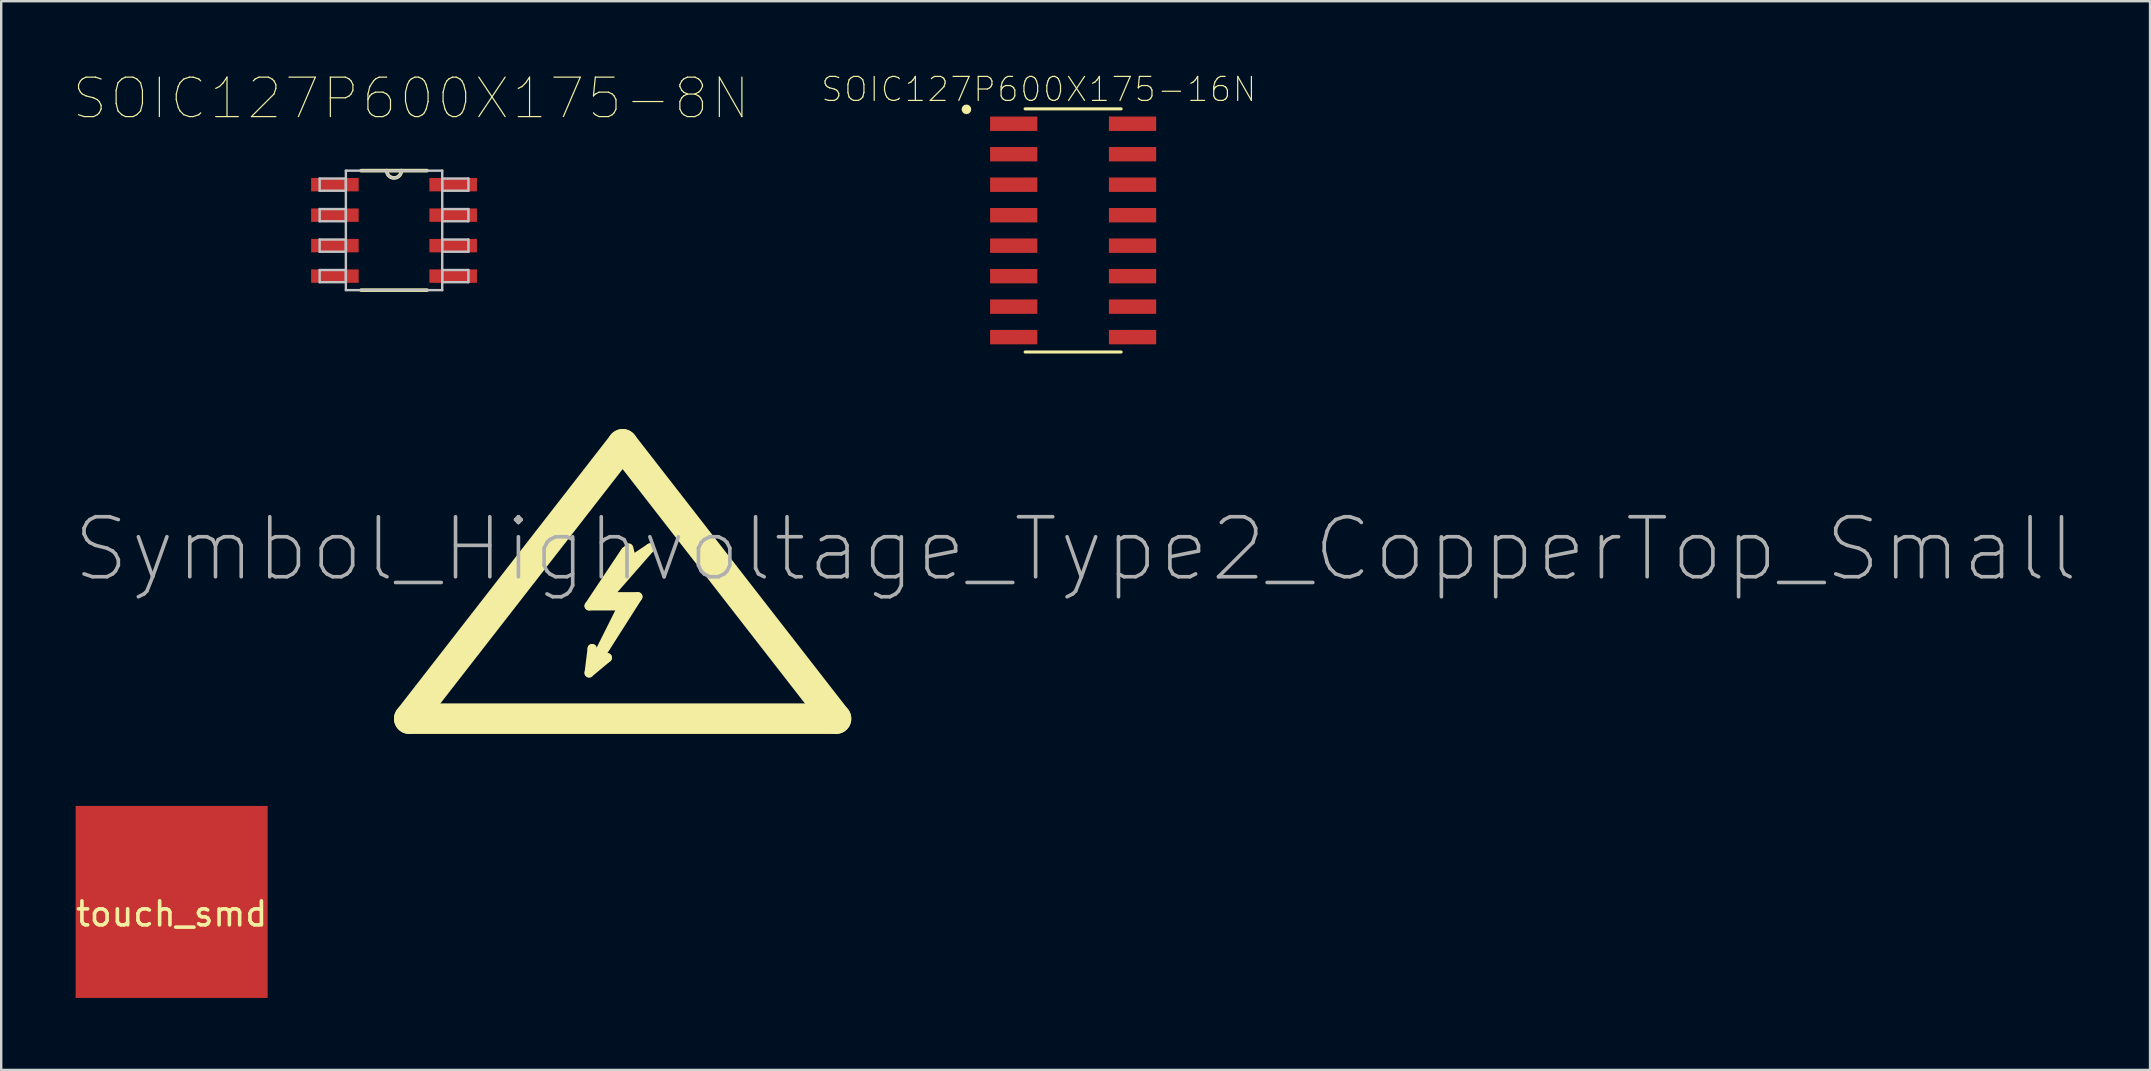
<source format=kicad_pcb>
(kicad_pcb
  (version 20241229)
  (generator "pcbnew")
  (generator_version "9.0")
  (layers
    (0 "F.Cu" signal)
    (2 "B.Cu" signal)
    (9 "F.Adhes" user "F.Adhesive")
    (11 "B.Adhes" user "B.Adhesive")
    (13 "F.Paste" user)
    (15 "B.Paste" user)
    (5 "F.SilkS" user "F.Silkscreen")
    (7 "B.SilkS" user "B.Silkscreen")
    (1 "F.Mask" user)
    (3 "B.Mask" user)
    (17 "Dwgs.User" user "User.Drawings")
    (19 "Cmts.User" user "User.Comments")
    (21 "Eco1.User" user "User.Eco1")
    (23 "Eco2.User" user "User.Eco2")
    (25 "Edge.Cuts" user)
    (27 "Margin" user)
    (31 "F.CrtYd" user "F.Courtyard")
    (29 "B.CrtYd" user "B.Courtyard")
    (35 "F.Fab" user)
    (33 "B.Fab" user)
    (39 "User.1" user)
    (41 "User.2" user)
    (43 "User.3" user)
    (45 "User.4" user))
  (footprint "touch_smd"
    (layer "F.Cu")
    (at 4.101 34.525)
    (property "Reference" "touch_smd" (at 0 0.5 0) (layer "F.SilkS") (effects (font (size 1 1) (thickness 0.15))))
    (attr through_hole)
    (pad "1" smd rect (at 0 0) (size 8 8) (layers "F.Cu" "F.Mask" "F.Paste")))
  (footprint "SOIC127P600X175-8N"
    (layer "F.Cu")
    (at 13.366 6.548)
    (property "Reference" "SOIC127P600X175-8N" (at 0.713 -5.499 0) (layer "F.SilkS") (effects (font (size 1.644 1.644) (thickness 0.05))))
    (attr smd)
    (fp_line (start -1.372 2.489) (end 1.372 2.489) (stroke (width 0.152) (type solid)) (layer "F.SilkS"))
    (fp_line (start -0.305 -2.489) (end -1.372 -2.489) (stroke (width 0.152) (type solid)) (layer "F.SilkS"))
    (fp_line (start 0.305 -2.489) (end -0.305 -2.489) (stroke (width 0.152) (type solid)) (layer "F.SilkS"))
    (fp_line (start 1.372 -2.489) (end 0.305 -2.489) (stroke (width 0.152) (type solid)) (layer "F.SilkS"))
    (fp_arc (start 0.3048 -2.4892) (mid 0 -2.1844) (end -0.3048 -2.4892) (stroke (width 0.1524) (type solid)) (layer "F.SilkS"))
    (fp_line (start -3.099 -2.159) (end -3.099 -1.651) (stroke (width 0.1) (type solid)) (layer "Dwgs.User"))
    (fp_line (start -3.099 -1.651) (end -2.007 -1.651) (stroke (width 0.1) (type solid)) (layer "Dwgs.User"))
    (fp_line (start -3.099 -0.889) (end -3.099 -0.381) (stroke (width 0.1) (type solid)) (layer "Dwgs.User"))
    (fp_line (start -3.099 -0.381) (end -2.007 -0.381) (stroke (width 0.1) (type solid)) (layer "Dwgs.User"))
    (fp_line (start -3.099 0.381) (end -3.099 0.889) (stroke (width 0.1) (type solid)) (layer "Dwgs.User"))
    (fp_line (start -3.099 0.889) (end -2.007 0.889) (stroke (width 0.1) (type solid)) (layer "Dwgs.User"))
    (fp_line (start -3.099 1.651) (end -3.099 2.159) (stroke (width 0.1) (type solid)) (layer "Dwgs.User"))
    (fp_line (start -3.099 2.159) (end -2.007 2.159) (stroke (width 0.1) (type solid)) (layer "Dwgs.User"))
    (fp_line (start -2.007 -2.489) (end -2.007 2.489) (stroke (width 0.1) (type solid)) (layer "Dwgs.User"))
    (fp_line (start -2.007 -2.159) (end -3.099 -2.159) (stroke (width 0.1) (type solid)) (layer "Dwgs.User"))
    (fp_line (start -2.007 -1.651) (end -2.007 -2.159) (stroke (width 0.1) (type solid)) (layer "Dwgs.User"))
    (fp_line (start -2.007 -0.889) (end -3.099 -0.889) (stroke (width 0.1) (type solid)) (layer "Dwgs.User"))
    (fp_line (start -2.007 -0.381) (end -2.007 -0.889) (stroke (width 0.1) (type solid)) (layer "Dwgs.User"))
    (fp_line (start -2.007 0.381) (end -3.099 0.381) (stroke (width 0.1) (type solid)) (layer "Dwgs.User"))
    (fp_line (start -2.007 0.889) (end -2.007 0.381) (stroke (width 0.1) (type solid)) (layer "Dwgs.User"))
    (fp_line (start -2.007 1.651) (end -3.099 1.651) (stroke (width 0.1) (type solid)) (layer "Dwgs.User"))
    (fp_line (start -2.007 2.159) (end -2.007 1.651) (stroke (width 0.1) (type solid)) (layer "Dwgs.User"))
    (fp_line (start -2.007 2.489) (end 2.007 2.489) (stroke (width 0.1) (type solid)) (layer "Dwgs.User"))
    (fp_line (start -0.305 -2.489) (end -2.007 -2.489) (stroke (width 0.1) (type solid)) (layer "Dwgs.User"))
    (fp_line (start 0.305 -2.489) (end -0.305 -2.489) (stroke (width 0.1) (type solid)) (layer "Dwgs.User"))
    (fp_line (start 2.007 -2.489) (end 0.305 -2.489) (stroke (width 0.1) (type solid)) (layer "Dwgs.User"))
    (fp_line (start 2.007 -2.159) (end 2.007 -1.651) (stroke (width 0.1) (type solid)) (layer "Dwgs.User"))
    (fp_line (start 2.007 -1.651) (end 3.099 -1.651) (stroke (width 0.1) (type solid)) (layer "Dwgs.User"))
    (fp_line (start 2.007 -0.889) (end 2.007 -0.381) (stroke (width 0.1) (type solid)) (layer "Dwgs.User"))
    (fp_line (start 2.007 -0.381) (end 3.099 -0.381) (stroke (width 0.1) (type solid)) (layer "Dwgs.User"))
    (fp_line (start 2.007 0.381) (end 2.007 0.889) (stroke (width 0.1) (type solid)) (layer "Dwgs.User"))
    (fp_line (start 2.007 0.889) (end 3.099 0.889) (stroke (width 0.1) (type solid)) (layer "Dwgs.User"))
    (fp_line (start 2.007 1.651) (end 2.007 2.159) (stroke (width 0.1) (type solid)) (layer "Dwgs.User"))
    (fp_line (start 2.007 2.159) (end 3.099 2.159) (stroke (width 0.1) (type solid)) (layer "Dwgs.User"))
    (fp_line (start 2.007 2.489) (end 2.007 -2.489) (stroke (width 0.1) (type solid)) (layer "Dwgs.User"))
    (fp_line (start 3.099 -2.159) (end 2.007 -2.159) (stroke (width 0.1) (type solid)) (layer "Dwgs.User"))
    (fp_line (start 3.099 -1.651) (end 3.099 -2.159) (stroke (width 0.1) (type solid)) (layer "Dwgs.User"))
    (fp_line (start 3.099 -0.889) (end 2.007 -0.889) (stroke (width 0.1) (type solid)) (layer "Dwgs.User"))
    (fp_line (start 3.099 -0.381) (end 3.099 -0.889) (stroke (width 0.1) (type solid)) (layer "Dwgs.User"))
    (fp_line (start 3.099 0.381) (end 2.007 0.381) (stroke (width 0.1) (type solid)) (layer "Dwgs.User"))
    (fp_line (start 3.099 0.889) (end 3.099 0.381) (stroke (width 0.1) (type solid)) (layer "Dwgs.User"))
    (fp_line (start 3.099 1.651) (end 2.007 1.651) (stroke (width 0.1) (type solid)) (layer "Dwgs.User"))
    (fp_line (start 3.099 2.159) (end 3.099 1.651) (stroke (width 0.1) (type solid)) (layer "Dwgs.User"))
    (fp_arc (start 0.3048 -2.4892) (mid 0 -2.1844) (end -0.3048 -2.4892) (stroke (width 0.1) (type solid)) (layer "Dwgs.User"))
    (pad "1" smd rect (at -2.464 -1.905) (size 1.981 0.559) (layers "F.Cu" "F.Mask" "F.Paste"))
    (pad "2" smd rect (at -2.464 -0.635) (size 1.981 0.559) (layers "F.Cu" "F.Mask" "F.Paste"))
    (pad "3" smd rect (at -2.464 0.635) (size 1.981 0.559) (layers "F.Cu" "F.Mask" "F.Paste"))
    (pad "4" smd rect (at -2.464 1.905) (size 1.981 0.559) (layers "F.Cu" "F.Mask" "F.Paste"))
    (pad "5" smd rect (at 2.464 1.905) (size 1.981 0.559) (layers "F.Cu" "F.Mask" "F.Paste"))
    (pad "6" smd rect (at 2.464 0.635) (size 1.981 0.559) (layers "F.Cu" "F.Mask" "F.Paste"))
    (pad "7" smd rect (at 2.464 -0.635) (size 1.981 0.559) (layers "F.Cu" "F.Mask" "F.Paste"))
    (pad "8" smd rect (at 2.464 -1.905) (size 1.981 0.559) (layers "F.Cu" "F.Mask" "F.Paste")))
  (footprint "Symbol_Highvoltage_Type2_CopperTop_Small"
    (layer "F.Cu")
    (at 22.889 23.08)
    (property "Reference" "Symbol_Highvoltage_Type2_CopperTop_Small" (at 18.872 -3.251 180) (layer "F.Fab") (effects (font (size 2.5 2.5) (thickness 0.15))))
    (attr smd)
    (fp_line (start -8.89 3.81) (end 0 -7.62) (stroke (width 1.27) (type solid)) (layer "F.SilkS"))
    (fp_line (start -1.397 -0.889) (end 0 -0.889) (stroke (width 0.381) (type solid)) (layer "F.SilkS"))
    (fp_line (start -1.397 1.905) (end -0.635 1.27) (stroke (width 0.381) (type solid)) (layer "F.SilkS"))
    (fp_line (start -1.27 0.889) (end -1.397 1.905) (stroke (width 0.381) (type solid)) (layer "F.SilkS"))
    (fp_line (start -1.143 1.397) (end -1.27 0.889) (stroke (width 0.381) (type solid)) (layer "F.SilkS"))
    (fp_line (start -1.143 1.524) (end 0.635 -1.27) (stroke (width 0.381) (type solid)) (layer "F.SilkS"))
    (fp_line (start -1.016 -1.016) (end 0.254 -1.016) (stroke (width 0.381) (type solid)) (layer "F.SilkS"))
    (fp_line (start -0.635 -1.27) (end 1.143 -3.302) (stroke (width 0.381) (type solid)) (layer "F.SilkS"))
    (fp_line (start -0.635 1.27) (end -1.143 1.524) (stroke (width 0.381) (type solid)) (layer "F.SilkS"))
    (fp_line (start 0 -7.62) (end 8.89 3.81) (stroke (width 1.27) (type solid)) (layer "F.SilkS"))
    (fp_line (start 0 -0.889) (end -1.143 1.397) (stroke (width 0.381) (type solid)) (layer "F.SilkS"))
    (fp_line (start 0.127 -3.175) (end -1.397 -0.889) (stroke (width 0.381) (type solid)) (layer "F.SilkS"))
    (fp_line (start 0.381 -2.921) (end -1.016 -1.016) (stroke (width 0.381) (type solid)) (layer "F.SilkS"))
    (fp_line (start 0.381 -2.794) (end 0.254 -3.302) (stroke (width 0.381) (type solid)) (layer "F.SilkS"))
    (fp_line (start 0.635 -1.27) (end -0.635 -1.27) (stroke (width 0.381) (type solid)) (layer "F.SilkS"))
    (fp_line (start 1.143 -3.302) (end 0.381 -2.794) (stroke (width 0.381) (type solid)) (layer "F.SilkS"))
    (fp_line (start 8.89 3.81) (end -8.89 3.81) (stroke (width 1.27) (type solid)) (layer "F.SilkS")))
  (footprint "SOIC127P600X175-16N"
    (layer "F.Cu")
    (at 41.657 6.55)
    (property "Reference" "SOIC127P600X175-16N" (at -1.43 -5.877 0) (layer "F.SilkS") (effects (font (size 1 1) (thickness 0.05))))
    (attr smd)
    (fp_line (start -2 -5.065) (end 2 -5.065) (stroke (width 0.127) (type solid)) (layer "F.SilkS"))
    (fp_line (start -2 5.065) (end 2 5.065) (stroke (width 0.127) (type solid)) (layer "F.SilkS"))
    (fp_circle (center -4.445 -5.045) (end -4.345 -5.045) (stroke (width 0.2) (type solid)) (fill no) (layer "F.SilkS"))
    (fp_line (start -3.71 -5.25) (end -3.71 5.25) (stroke (width 0.05) (type solid)) (layer "Eco1.User"))
    (fp_line (start -3.71 -5.25) (end 3.71 -5.25) (stroke (width 0.05) (type solid)) (layer "Eco1.User"))
    (fp_line (start -3.71 5.25) (end 3.71 5.25) (stroke (width 0.05) (type solid)) (layer "Eco1.User"))
    (fp_line (start 3.71 -5.25) (end 3.71 5.25) (stroke (width 0.05) (type solid)) (layer "Eco1.User"))
    (fp_line (start -2 -5) (end -2 5) (stroke (width 0.127) (type solid)) (layer "Eco2.User"))
    (fp_line (start -2 -5) (end 2 -5) (stroke (width 0.127) (type solid)) (layer "Eco2.User"))
    (fp_line (start -2 5) (end 2 5) (stroke (width 0.127) (type solid)) (layer "Eco2.User"))
    (fp_line (start 2 -5) (end 2 5) (stroke (width 0.127) (type solid)) (layer "Eco2.User"))
    (fp_circle (center -4.445 -5.045) (end -4.345 -5.045) (stroke (width 0.2) (type solid)) (fill no) (layer "Eco2.User"))
    (pad "1" smd rect (at -2.475 -4.445) (size 1.97 0.6) (layers "F.Cu" "F.Mask" "F.Paste"))
    (pad "2" smd rect (at -2.475 -3.175) (size 1.97 0.6) (layers "F.Cu" "F.Mask" "F.Paste"))
    (pad "3" smd rect (at -2.475 -1.905) (size 1.97 0.6) (layers "F.Cu" "F.Mask" "F.Paste"))
    (pad "4" smd rect (at -2.475 -0.635) (size 1.97 0.6) (layers "F.Cu" "F.Mask" "F.Paste"))
    (pad "5" smd rect (at -2.475 0.635) (size 1.97 0.6) (layers "F.Cu" "F.Mask" "F.Paste"))
    (pad "6" smd rect (at -2.475 1.905) (size 1.97 0.6) (layers "F.Cu" "F.Mask" "F.Paste"))
    (pad "7" smd rect (at -2.475 3.175) (size 1.97 0.6) (layers "F.Cu" "F.Mask" "F.Paste"))
    (pad "8" smd rect (at -2.475 4.445) (size 1.97 0.6) (layers "F.Cu" "F.Mask" "F.Paste"))
    (pad "9" smd rect (at 2.475 4.445) (size 1.97 0.6) (layers "F.Cu" "F.Mask" "F.Paste"))
    (pad "10" smd rect (at 2.475 3.175) (size 1.97 0.6) (layers "F.Cu" "F.Mask" "F.Paste"))
    (pad "11" smd rect (at 2.475 1.905) (size 1.97 0.6) (layers "F.Cu" "F.Mask" "F.Paste"))
    (pad "12" smd rect (at 2.475 0.635) (size 1.97 0.6) (layers "F.Cu" "F.Mask" "F.Paste"))
    (pad "13" smd rect (at 2.475 -0.635) (size 1.97 0.6) (layers "F.Cu" "F.Mask" "F.Paste"))
    (pad "14" smd rect (at 2.475 -1.905) (size 1.97 0.6) (layers "F.Cu" "F.Mask" "F.Paste"))
    (pad "15" smd rect (at 2.475 -3.175) (size 1.97 0.6) (layers "F.Cu" "F.Mask" "F.Paste"))
    (pad "16" smd rect (at 2.475 -4.445) (size 1.97 0.6) (layers "F.Cu" "F.Mask" "F.Paste")))
  (gr_rect
    (start -3 -3)
    (end 86.521 41.525)
    (stroke (width 0.1) (type default))
    (fill no)
    (layer "Edge.Cuts")))
</source>
